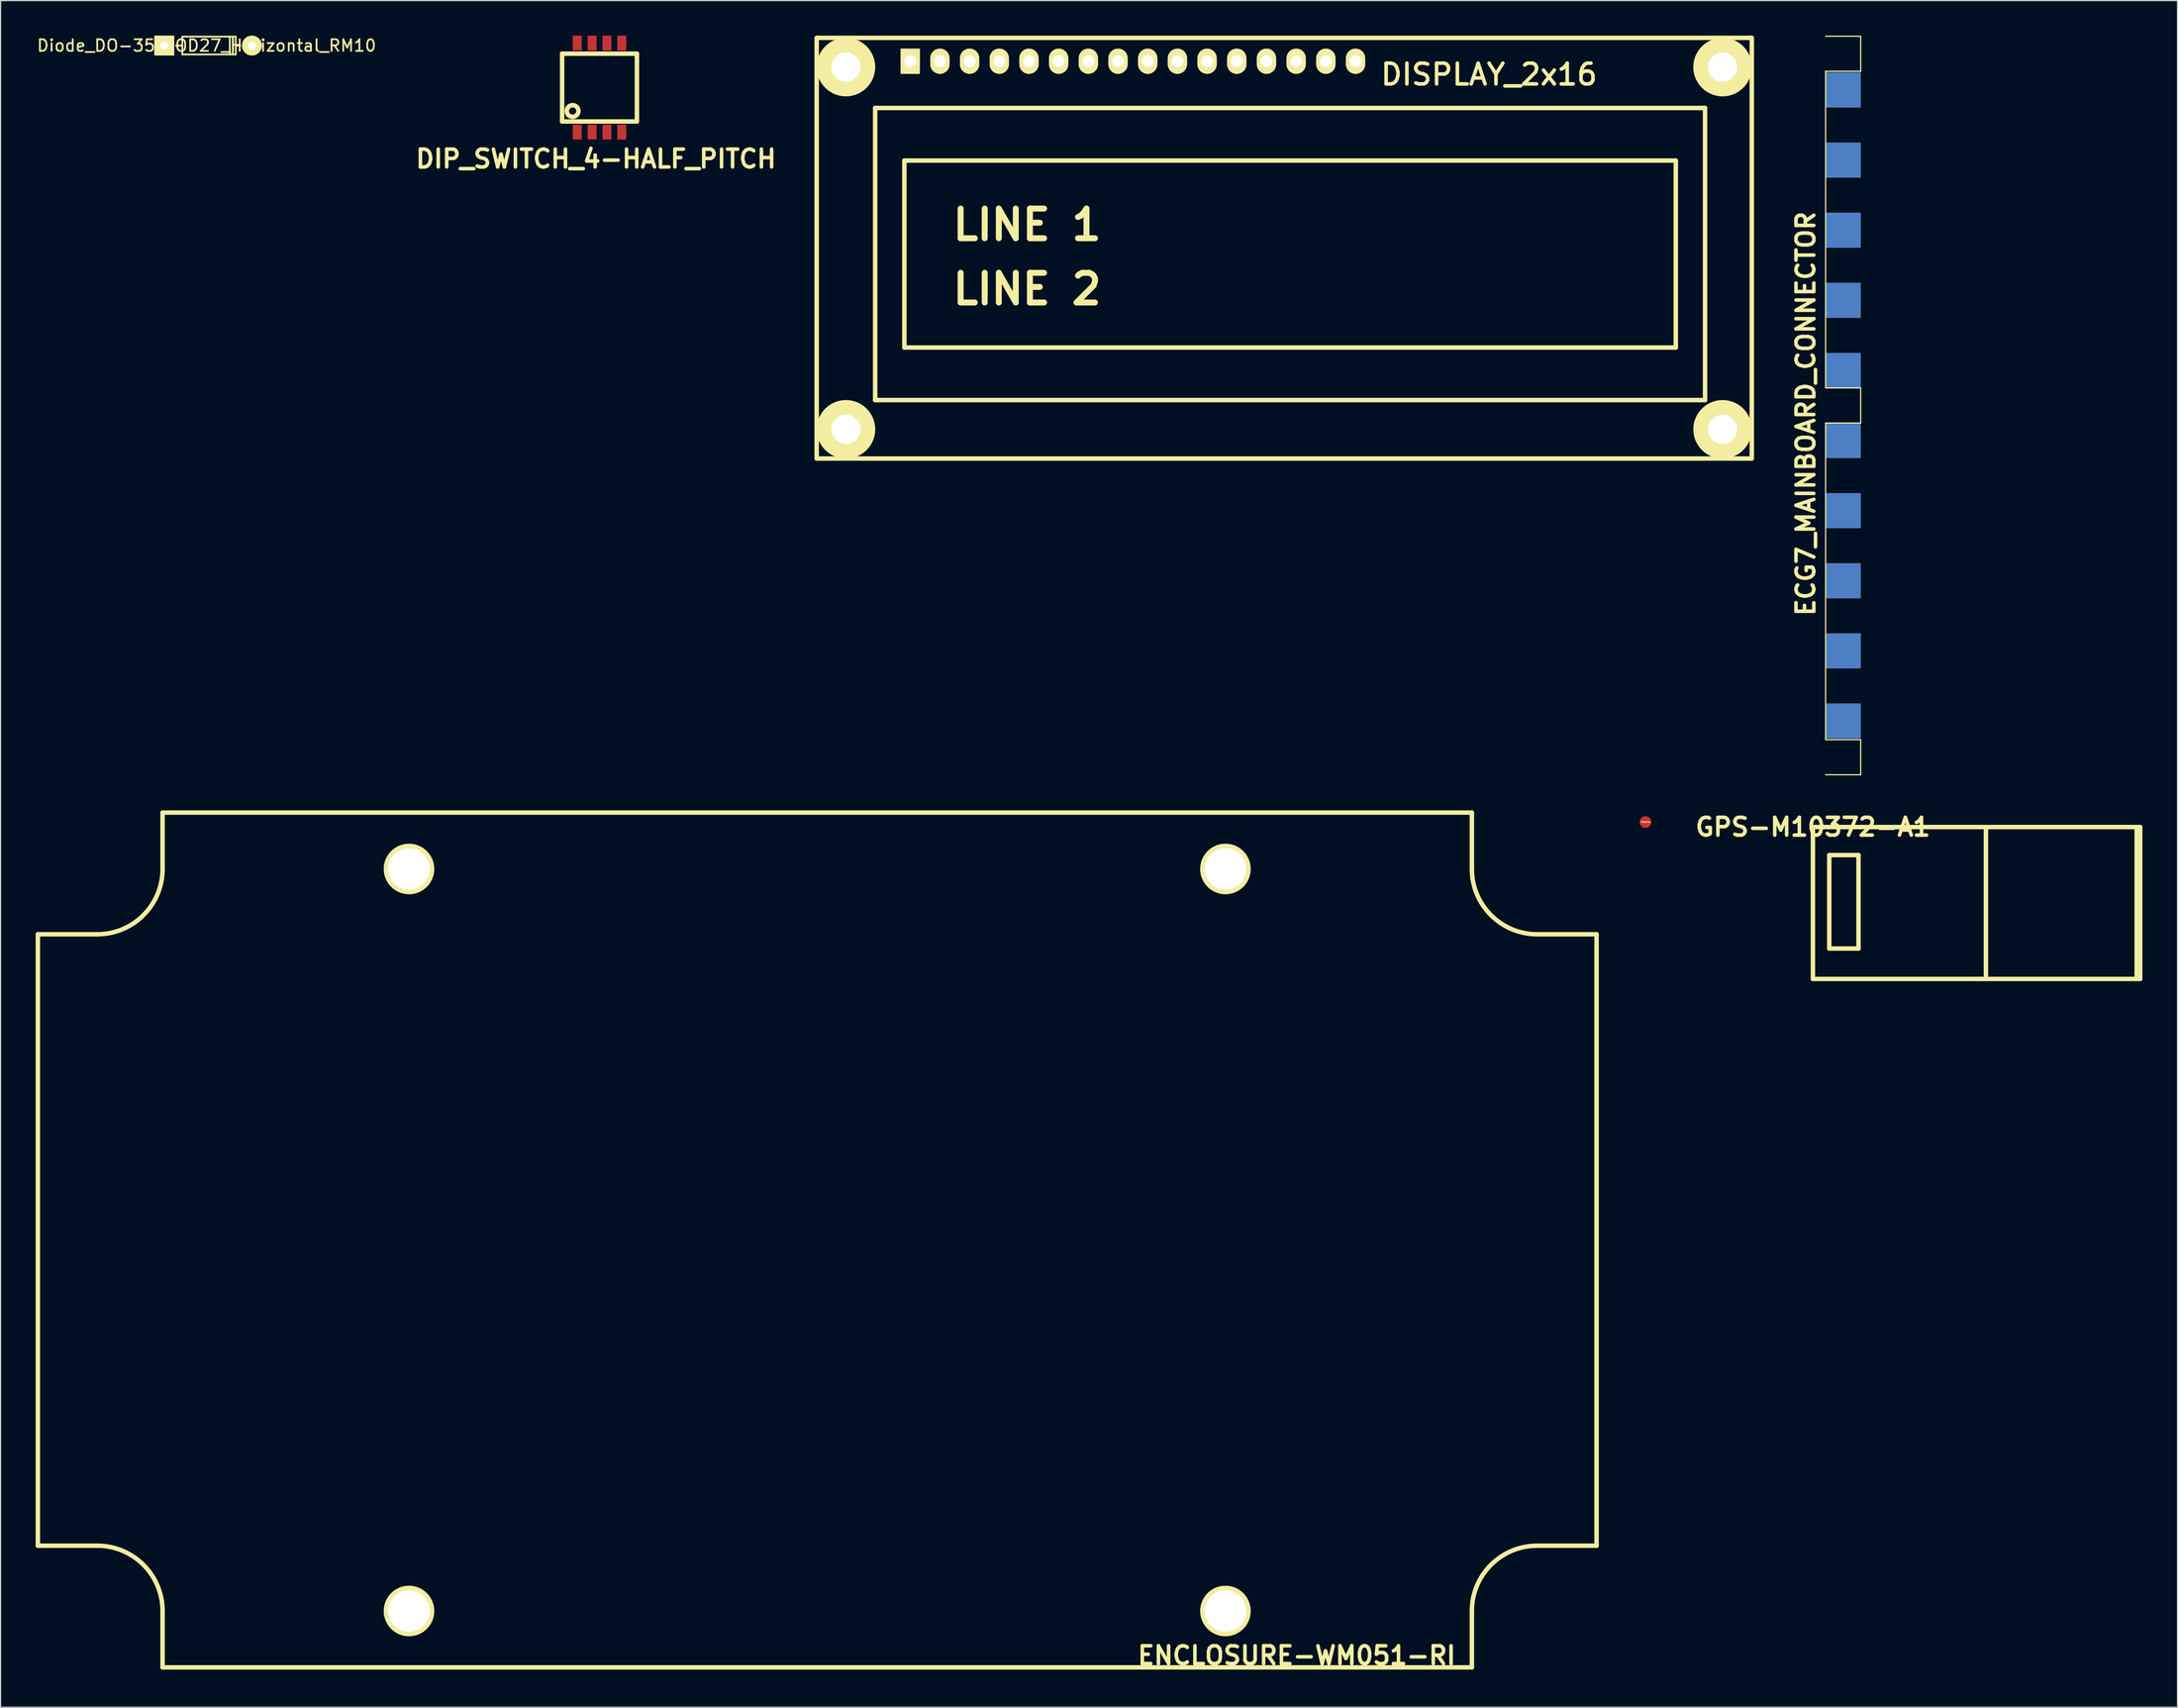
<source format=kicad_pcb>
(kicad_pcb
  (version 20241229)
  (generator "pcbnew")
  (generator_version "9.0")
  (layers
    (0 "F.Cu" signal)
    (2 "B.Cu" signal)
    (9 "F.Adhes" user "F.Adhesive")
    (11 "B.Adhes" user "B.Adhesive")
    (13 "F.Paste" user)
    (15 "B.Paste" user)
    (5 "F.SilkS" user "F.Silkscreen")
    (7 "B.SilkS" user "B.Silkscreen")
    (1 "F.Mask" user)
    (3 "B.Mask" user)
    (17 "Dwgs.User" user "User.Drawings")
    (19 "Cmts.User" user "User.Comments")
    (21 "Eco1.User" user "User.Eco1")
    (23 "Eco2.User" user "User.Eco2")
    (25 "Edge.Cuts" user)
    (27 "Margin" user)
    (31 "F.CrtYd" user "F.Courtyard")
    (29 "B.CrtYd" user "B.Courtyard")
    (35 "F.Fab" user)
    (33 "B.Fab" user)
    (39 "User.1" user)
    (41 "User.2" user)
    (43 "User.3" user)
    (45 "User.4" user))
  (footprint "ENCLOSURE-WM051-RI"
    (layer "F.Cu")
    (at 66.865 103.066)
    (property "Reference" "ENCLOSURE-WM051-RI" (at 41.021 35.56 0) (layer "F.SilkS") (effects (font (size 1.524 1.524) (thickness 0.305))))
    (attr through_hole)
    (fp_line (start -66.675 -26.162) (end -61.595 -26.162) (stroke (width 0.381) (type solid)) (layer "F.SilkS"))
    (fp_line (start -66.675 26.162) (end -66.675 -26.162) (stroke (width 0.381) (type solid)) (layer "F.SilkS"))
    (fp_line (start -61.595 26.162) (end -66.675 26.162) (stroke (width 0.381) (type solid)) (layer "F.SilkS"))
    (fp_line (start -56.007 -31.75) (end -56.007 -36.576) (stroke (width 0.381) (type solid)) (layer "F.SilkS"))
    (fp_line (start -56.007 31.75) (end -56.007 36.576) (stroke (width 0.381) (type solid)) (layer "F.SilkS"))
    (fp_line (start -56.007 36.576) (end 56.007 36.576) (stroke (width 0.381) (type solid)) (layer "F.SilkS"))
    (fp_line (start 56.007 -36.576) (end -56.007 -36.576) (stroke (width 0.381) (type solid)) (layer "F.SilkS"))
    (fp_line (start 56.007 -31.75) (end 56.007 -36.576) (stroke (width 0.381) (type solid)) (layer "F.SilkS"))
    (fp_line (start 56.007 31.75) (end 56.007 36.576) (stroke (width 0.381) (type solid)) (layer "F.SilkS"))
    (fp_line (start 61.595 -26.162) (end 66.675 -26.162) (stroke (width 0.381) (type solid)) (layer "F.SilkS"))
    (fp_line (start 61.595 26.162) (end 66.675 26.162) (stroke (width 0.381) (type solid)) (layer "F.SilkS"))
    (fp_line (start 66.675 26.162) (end 66.675 -26.162) (stroke (width 0.381) (type solid)) (layer "F.SilkS"))
    (fp_arc (start -61.595 26.162) (mid -57.643687 27.798687) (end -56.007 31.75) (stroke (width 0.381) (type solid)) (layer "F.SilkS"))
    (fp_arc (start -56.007 -31.75) (mid -57.643687 -27.798687) (end -61.595 -26.162) (stroke (width 0.381) (type solid)) (layer "F.SilkS"))
    (fp_arc (start 56.007 31.75) (mid 57.643687 27.798687) (end 61.595 26.162) (stroke (width 0.381) (type solid)) (layer "F.SilkS"))
    (fp_arc (start 61.595 -26.162) (mid 57.643687 -27.798687) (end 56.007 -31.75) (stroke (width 0.381) (type solid)) (layer "F.SilkS"))
    (pad "" thru_hole circle (at -34.925 -31.75) (size 4.318 4.318) (drill 3.556) (layers "*.Cu" "*.Mask" "F.SilkS"))
    (pad "" thru_hole circle (at -34.925 31.75) (size 4.318 4.318) (drill 3.556) (layers "*.Cu" "*.Mask" "F.SilkS"))
    (pad "" thru_hole circle (at 34.925 -31.75) (size 4.318 4.318) (drill 3.556) (layers "*.Cu" "*.Mask" "F.SilkS"))
    (pad "" thru_hole circle (at 34.925 31.75) (size 4.318 4.318) (drill 3.556) (layers "*.Cu" "*.Mask" "F.SilkS")))
  (footprint "GPS-M10372-A1"
    (layer "F.Cu")
    (at 152.05 67.726)
    (property "Reference" "GPS-M10372-A1" (at 0 0 0) (layer "F.SilkS") (effects (font (size 1.524 1.524) (thickness 0.305))))
    (attr through_hole)
    (fp_line (start 0 0) (end 28.001 0) (stroke (width 0.381) (type solid)) (layer "F.SilkS"))
    (fp_line (start 0 13) (end 0 0) (stroke (width 0.381) (type solid)) (layer "F.SilkS"))
    (fp_line (start 1.4 2.4) (end 3.899 2.4) (stroke (width 0.381) (type solid)) (layer "F.SilkS"))
    (fp_line (start 1.4 10.399) (end 1.4 2.4) (stroke (width 0.381) (type solid)) (layer "F.SilkS"))
    (fp_line (start 3.899 2.4) (end 3.899 10.399) (stroke (width 0.381) (type solid)) (layer "F.SilkS"))
    (fp_line (start 3.899 10.399) (end 1.4 10.399) (stroke (width 0.381) (type solid)) (layer "F.SilkS"))
    (fp_line (start 14.801 0) (end 14.801 13) (stroke (width 0.381) (type solid)) (layer "F.SilkS"))
    (fp_line (start 27.701 13) (end 27.701 0) (stroke (width 0.381) (type solid)) (layer "F.SilkS"))
    (fp_line (start 28.001 0) (end 28.001 13) (stroke (width 0.381) (type solid)) (layer "F.SilkS"))
    (fp_line (start 28.001 13) (end 0 13) (stroke (width 0.381) (type solid)) (layer "F.SilkS")))
  (footprint "DIP_SWITCH_4-HALF_PITCH"
    (layer "F.Cu")
    (at 48.24 4.445)
    (property "Reference" "DIP_SWITCH_4-HALF_PITCH" (at -0.3 6.101 0) (layer "F.SilkS") (effects (font (size 1.524 1.524) (thickness 0.305))))
    (attr through_hole)
    (fp_line (start -3.2 -2.901) (end 3.2 -2.901) (stroke (width 0.381) (type solid)) (layer "F.SilkS"))
    (fp_line (start -3.2 2.901) (end -3.2 -2.901) (stroke (width 0.381) (type solid)) (layer "F.SilkS"))
    (fp_line (start 3.2 -2.901) (end 3.2 2.901) (stroke (width 0.381) (type solid)) (layer "F.SilkS"))
    (fp_line (start 3.2 2.901) (end -3.2 2.901) (stroke (width 0.381) (type solid)) (layer "F.SilkS"))
    (fp_circle (center -2.301 2.002) (end -1.801 2.002) (stroke (width 0.381) (type solid)) (fill no) (layer "F.SilkS"))
    (pad "1" smd rect (at -1.905 3.81) (size 0.762 1.27) (layers "F.Cu" "F.Mask" "F.Paste"))
    (pad "2" smd rect (at -0.635 3.81) (size 0.762 1.27) (layers "F.Cu" "F.Mask" "F.Paste"))
    (pad "3" smd rect (at 0.635 3.81) (size 0.762 1.27) (layers "F.Cu" "F.Mask" "F.Paste"))
    (pad "4" smd rect (at 1.905 3.81) (size 0.762 1.27) (layers "F.Cu" "F.Mask" "F.Paste"))
    (pad "5" smd rect (at 1.905 -3.81) (size 0.762 1.27) (layers "F.Cu" "F.Mask" "F.Paste"))
    (pad "6" smd rect (at 0.635 -3.81) (size 0.762 1.27) (layers "F.Cu" "F.Mask" "F.Paste"))
    (pad "7" smd rect (at -0.635 -3.81) (size 0.762 1.27) (layers "F.Cu" "F.Mask" "F.Paste"))
    (pad "8" smd rect (at -1.905 -3.81) (size 0.762 1.27) (layers "F.Cu" "F.Mask" "F.Paste")))
  (footprint "ECG7_MAINBOARD_CONNECTOR"
    (layer "F.Cu")
    (at 153.137 31.65)
    (property "Reference" "ECG7_MAINBOARD_CONNECTOR" (at -1.7 0.7 90) (layer "F.SilkS") (effects (font (size 1.524 1.524) (thickness 0.305))))
    (attr through_hole)
    (fp_line (start 0 -28.6) (end 3 -28.6) (stroke (width 0.099) (type solid)) (layer "F.SilkS"))
    (fp_line (start 0 -28.5) (end 0 -28.6) (stroke (width 0.099) (type solid)) (layer "F.SilkS"))
    (fp_line (start 0 -1.5) (end 0 -28.6) (stroke (width 0.099) (type solid)) (layer "F.SilkS"))
    (fp_line (start 0 1.5) (end 0 28.6) (stroke (width 0.099) (type solid)) (layer "F.SilkS"))
    (fp_line (start 0 1.5) (end 3 1.5) (stroke (width 0.099) (type solid)) (layer "F.SilkS"))
    (fp_line (start 0 28.6) (end 3 28.6) (stroke (width 0.099) (type solid)) (layer "F.SilkS"))
    (fp_line (start 3 -31.6) (end 0 -31.6) (stroke (width 0.099) (type solid)) (layer "F.SilkS"))
    (fp_line (start 3 -28.6) (end 3 -31.6) (stroke (width 0.099) (type solid)) (layer "F.SilkS"))
    (fp_line (start 3 -1.5) (end 0 -1.5) (stroke (width 0.099) (type solid)) (layer "F.SilkS"))
    (fp_line (start 3 1.5) (end 3 -1.5) (stroke (width 0.099) (type solid)) (layer "F.SilkS"))
    (fp_line (start 3 28.6) (end 3 31.6) (stroke (width 0.099) (type solid)) (layer "F.SilkS"))
    (fp_line (start 3 31.6) (end 0 31.6) (stroke (width 0.099) (type solid)) (layer "F.SilkS"))
    (pad "1" connect rect (at 1.5 -27) (size 3 3) (layers "F.Cu" "F.Mask"))
    (pad "2" connect rect (at 1.5 -21) (size 3 3) (layers "F.Cu" "F.Mask"))
    (pad "3" connect rect (at 1.5 -15) (size 3 3) (layers "F.Cu" "F.Mask"))
    (pad "4" connect rect (at 1.5 -9) (size 3 3) (layers "F.Cu" "F.Mask"))
    (pad "5" connect rect (at 1.5 -3) (size 3 3) (layers "F.Cu" "F.Mask"))
    (pad "6" connect rect (at 1.5 3) (size 3 3) (layers "F.Cu" "F.Mask"))
    (pad "7" connect rect (at 1.5 9) (size 3 3) (layers "F.Cu" "F.Mask"))
    (pad "8" connect rect (at 1.5 15) (size 3 3) (layers "F.Cu" "F.Mask"))
    (pad "9" connect rect (at 1.5 21) (size 3 3) (layers "F.Cu" "F.Mask"))
    (pad "10" connect rect (at 1.5 27) (size 3 3) (layers "F.Cu" "F.Mask"))
    (pad "11" connect rect (at 1.5 -27) (size 3 3) (layers "B.Cu" "B.Mask"))
    (pad "11" connect rect (at 1.5 -21) (size 3 3) (layers "B.Cu" "B.Mask"))
    (pad "11" connect rect (at 1.5 -15) (size 3 3) (layers "B.Cu" "B.Mask"))
    (pad "11" connect rect (at 1.5 -9) (size 3 3) (layers "B.Cu" "B.Mask"))
    (pad "11" connect rect (at 1.5 -3) (size 3 3) (layers "B.Cu" "B.Mask"))
    (pad "11" connect rect (at 1.5 3) (size 3 3) (layers "B.Cu" "B.Mask"))
    (pad "11" connect rect (at 1.5 9) (size 3 3) (layers "B.Cu" "B.Mask"))
    (pad "11" connect rect (at 1.5 15) (size 3 3) (layers "B.Cu" "B.Mask"))
    (pad "11" connect rect (at 1.5 21) (size 3 3) (layers "B.Cu" "B.Mask"))
    (pad "11" connect rect (at 1.5 27) (size 3 3) (layers "B.Cu" "B.Mask")))
  (footprint "FIDUCIAL"
    (layer "F.Cu")
    (at 137.73 67.299)
    (property "Reference" "FIDUCIAL" (at 0 0 0) (layer "F.SilkS") (effects (font (size 0.127 0.127) (thickness 0.033))))
    (attr through_hole)
    (pad "" connect circle (at 0 0) (size 1.999 1.999) (layers "F.Mask"))
    (pad "1" connect circle (at 0 0) (size 1.001 1.001) (layers "F.Cu" "F.Mask")))
  (footprint "DISPLAY_2x16"
    (layer "F.Cu")
    (at 91.321 2.69)
    (property "Reference" "DISPLAY_2x16" (at 33.02 0.635 0) (layer "F.SilkS") (effects (font (size 1.778 1.778) (thickness 0.305))))
    (attr through_hole)
    (fp_line (start -24.501 -2.499) (end 55.499 -2.499) (stroke (width 0.381) (type solid)) (layer "F.SilkS"))
    (fp_line (start -24.501 33.5) (end -24.501 -2.499) (stroke (width 0.381) (type solid)) (layer "F.SilkS"))
    (fp_line (start -19.5 3.5) (end -19.5 28.499) (stroke (width 0.381) (type solid)) (layer "F.SilkS"))
    (fp_line (start -19.5 3.5) (end 51.501 3.5) (stroke (width 0.381) (type solid)) (layer "F.SilkS"))
    (fp_line (start -17 8.001) (end -17 24) (stroke (width 0.381) (type solid)) (layer "F.SilkS"))
    (fp_line (start -17 24) (end 48.999 24) (stroke (width 0.381) (type solid)) (layer "F.SilkS"))
    (fp_line (start 48.999 8.001) (end -17 8.001) (stroke (width 0.381) (type solid)) (layer "F.SilkS"))
    (fp_line (start 48.999 24) (end 48.999 8.001) (stroke (width 0.381) (type solid)) (layer "F.SilkS"))
    (fp_line (start 51.501 3.5) (end 51.501 28.499) (stroke (width 0.381) (type solid)) (layer "F.SilkS"))
    (fp_line (start 51.501 28.499) (end -19.5 28.499) (stroke (width 0.381) (type solid)) (layer "F.SilkS"))
    (fp_line (start 55.499 -2.499) (end 55.499 33.5) (stroke (width 0.381) (type solid)) (layer "F.SilkS"))
    (fp_line (start 55.499 33.5) (end -24.501 33.5) (stroke (width 0.381) (type solid)) (layer "F.SilkS"))
    (fp_text user "LINE 2" (at -6.5 18.999 0) (layer "F.SilkS") (effects (font (size 2.54 2.54) (thickness 0.508))))
    (fp_text user "LINE 1" (at -6.5 13.5 0) (layer "F.SilkS") (effects (font (size 2.54 2.54) (thickness 0.508))))
    (pad "" thru_hole circle (at -21.999 0) (size 5.001 5.001) (drill 2.499) (layers "*.Cu" "*.Mask" "F.SilkS"))
    (pad "" thru_hole circle (at -21.999 31.001) (size 5.001 5.001) (drill 2.499) (layers "*.Cu" "*.Mask" "F.SilkS"))
    (pad "" thru_hole circle (at 53 0) (size 5.001 5.001) (drill 2.499) (layers "*.Cu" "*.Mask" "F.SilkS"))
    (pad "" thru_hole circle (at 53 31.001) (size 5.001 5.001) (drill 2.499) (layers "*.Cu" "*.Mask" "F.SilkS"))
    (pad "1" thru_hole rect (at -16.5 -0.5) (size 1.651 2.159) (drill 1.016) (layers "*.Cu" "*.Mask" "F.SilkS"))
    (pad "2" thru_hole oval (at -13.96 -0.5) (size 1.651 2.159) (drill 1.016) (layers "*.Cu" "*.Mask" "F.SilkS"))
    (pad "3" thru_hole oval (at -11.42 -0.5) (size 1.651 2.159) (drill 1.016) (layers "*.Cu" "*.Mask" "F.SilkS"))
    (pad "4" thru_hole oval (at -8.88 -0.5) (size 1.651 2.159) (drill 1.016) (layers "*.Cu" "*.Mask" "F.SilkS"))
    (pad "5" thru_hole oval (at -6.34 -0.5) (size 1.651 2.159) (drill 1.016) (layers "*.Cu" "*.Mask" "F.SilkS"))
    (pad "6" thru_hole oval (at -3.8 -0.5) (size 1.651 2.159) (drill 1.016) (layers "*.Cu" "*.Mask" "F.SilkS"))
    (pad "7" thru_hole oval (at -1.26 -0.5) (size 1.651 2.159) (drill 1.016) (layers "*.Cu" "*.Mask" "F.SilkS"))
    (pad "8" thru_hole oval (at 1.28 -0.5) (size 1.651 2.159) (drill 1.016) (layers "*.Cu" "*.Mask" "F.SilkS"))
    (pad "9" thru_hole oval (at 3.82 -0.5) (size 1.651 2.159) (drill 1.016) (layers "*.Cu" "*.Mask" "F.SilkS"))
    (pad "10" thru_hole oval (at 6.36 -0.5) (size 1.651 2.159) (drill 1.016) (layers "*.Cu" "*.Mask" "F.SilkS"))
    (pad "11" thru_hole oval (at 8.9 -0.5) (size 1.651 2.159) (drill 1.016) (layers "*.Cu" "*.Mask" "F.SilkS"))
    (pad "12" thru_hole oval (at 11.44 -0.5) (size 1.651 2.159) (drill 1.016) (layers "*.Cu" "*.Mask" "F.SilkS"))
    (pad "13" thru_hole oval (at 13.98 -0.5) (size 1.651 2.159) (drill 1.016) (layers "*.Cu" "*.Mask" "F.SilkS"))
    (pad "14" thru_hole oval (at 16.52 -0.5) (size 1.651 2.159) (drill 1.016) (layers "*.Cu" "*.Mask" "F.SilkS"))
    (pad "A" thru_hole oval (at 19.06 -0.5) (size 1.651 2.159) (drill 1.016) (layers "*.Cu" "*.Mask" "F.SilkS"))
    (pad "K" thru_hole oval (at 21.6 -0.5) (size 1.651 2.159) (drill 1.016) (layers "*.Cu" "*.Mask" "F.SilkS")))
  (footprint "Diode_DO-35_SOD27_Horizontal_RM10"
    (layer "F.Cu")
    (at 14.752 0.85)
    (property "Reference" "Diode_DO-35_SOD27_Horizontal_RM10" (at -0.127 0 0) (layer "F.SilkS") (effects (font (size 1 1) (thickness 0.15))))
    (attr through_hole)
    (fp_line (start -2.25 0) (end -2.75 0) (stroke (width 0.15) (type solid)) (layer "F.SilkS"))
    (fp_line (start -2.205 -0.765) (end -2.205 -0.003) (stroke (width 0.15) (type solid)) (layer "F.SilkS"))
    (fp_line (start -2.205 -0.003) (end -2.205 0.759) (stroke (width 0.15) (type solid)) (layer "F.SilkS"))
    (fp_line (start -2.205 0.759) (end 2.367 0.759) (stroke (width 0.15) (type solid)) (layer "F.SilkS"))
    (fp_line (start 1.859 -0.765) (end 1.859 0.759) (stroke (width 0.15) (type solid)) (layer "F.SilkS"))
    (fp_line (start 2.113 -0.765) (end 2.113 0.759) (stroke (width 0.15) (type solid)) (layer "F.SilkS"))
    (fp_line (start 2.367 -0.765) (end -2.205 -0.765) (stroke (width 0.15) (type solid)) (layer "F.SilkS"))
    (fp_line (start 2.367 0.759) (end 2.367 -0.765) (stroke (width 0.15) (type solid)) (layer "F.SilkS"))
    (fp_line (start 2.4 0) (end 2.5 0) (stroke (width 0.15) (type solid)) (layer "F.SilkS"))
    (fp_line (start 2.5 0) (end 2.75 0) (stroke (width 0.15) (type solid)) (layer "F.SilkS"))
    (fp_line (start 2.75 0) (end 2.5 0) (stroke (width 0.15) (type solid)) (layer "F.SilkS"))
    (pad "1" thru_hole circle (at 3.75 0 180) (size 1.699 1.699) (drill 0.701) (layers "*.Cu" "*.Mask" "F.SilkS"))
    (pad "2" thru_hole rect (at -3.75 0 180) (size 1.699 1.699) (drill 0.701) (layers "*.Cu" "*.Mask" "F.SilkS")))
  (gr_rect
    (start -3 -3)
    (end 183.241 143.052)
    (stroke (width 0.1) (type default))
    (fill no)
    (layer "Edge.Cuts")))
</source>
